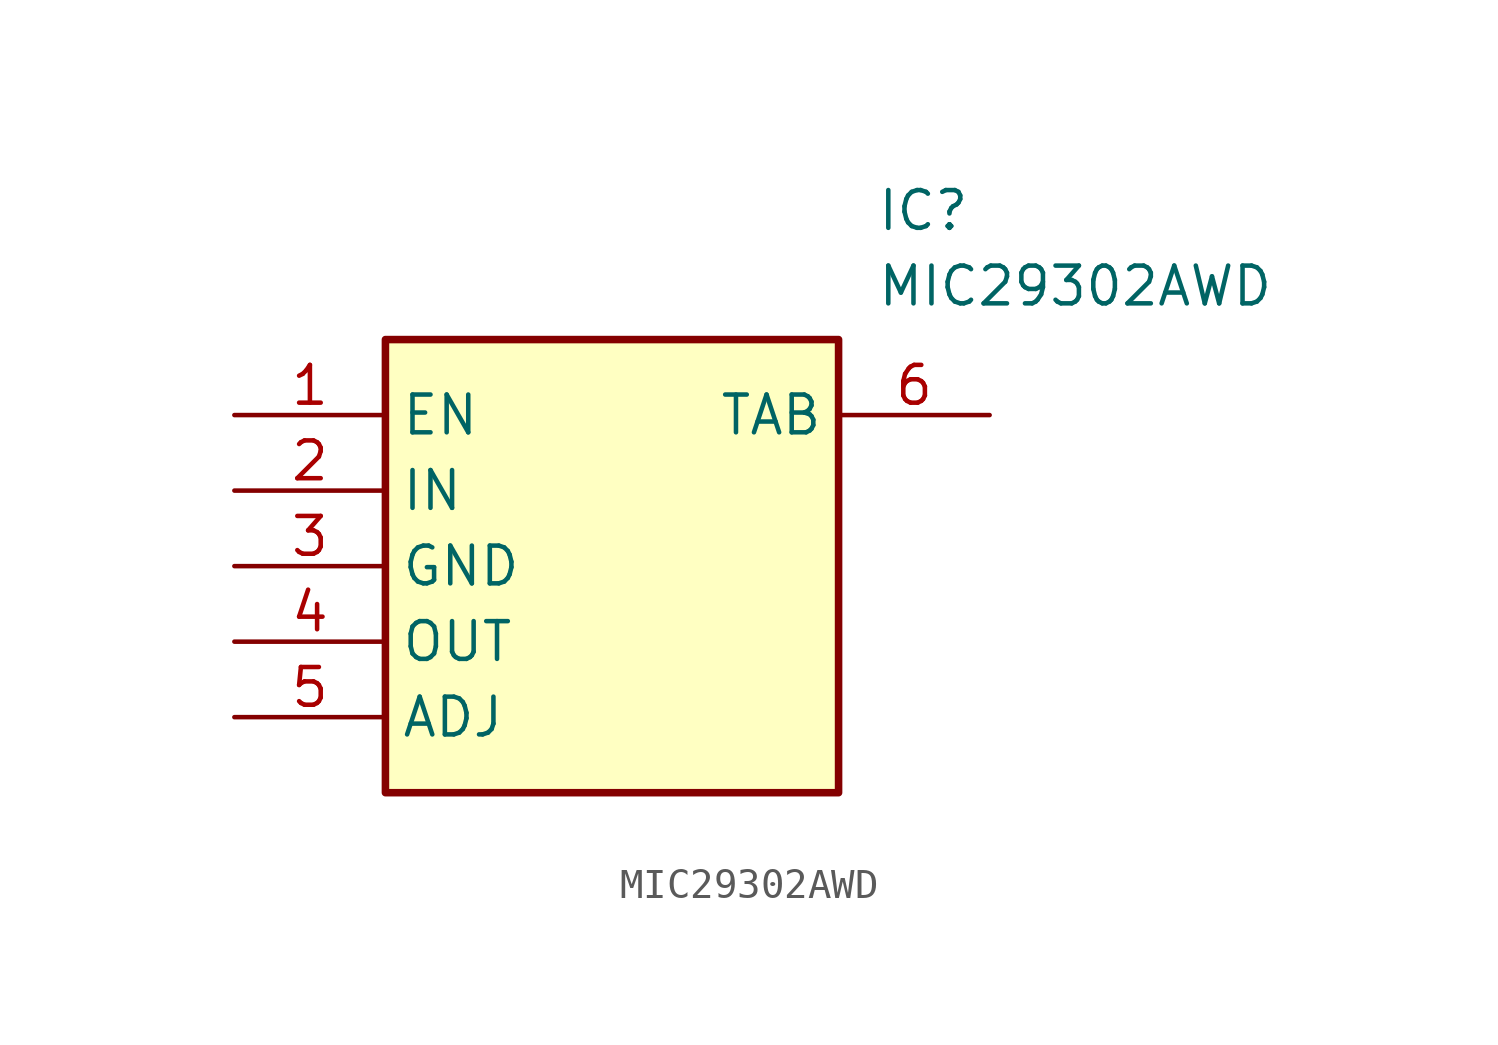
<source format=kicad_sym>
(kicad_symbol_lib
  (version 20211014)
  (generator SamacSys_ECAD_Model)
  (symbol "MIC29302AWD"
    (property "Reference" "IC"
      (at 21.59 7.62 0)
      (effects (font (size 1.27 1.27)) (justify left top)))
    (property "Value" "MIC29302AWD"
      (at 21.59 5.08 0)
      (effects (font (size 1.27 1.27)) (justify left top)))
    (rectangle
      (start 5.08 2.54)
      (end 20.32 -12.7)
      (stroke (width 0.254) (type default))
      (fill (type background)))
    (pin passive line
      (at 0 0 0)
      (length 5.08)
      (name "EN" (effects (font (size 1.27 1.27))))
      (number "1" (effects (font (size 1.27 1.27)))))
    (pin passive line
      (at 0 -2.54 0)
      (length 5.08)
      (name "IN" (effects (font (size 1.27 1.27))))
      (number "2" (effects (font (size 1.27 1.27)))))
    (pin passive line
      (at 0 -5.08 0)
      (length 5.08)
      (name "GND" (effects (font (size 1.27 1.27))))
      (number "3" (effects (font (size 1.27 1.27)))))
    (pin passive line
      (at 0 -7.62 0)
      (length 5.08)
      (name "OUT" (effects (font (size 1.27 1.27))))
      (number "4" (effects (font (size 1.27 1.27)))))
    (pin passive line
      (at 0 -10.16 0)
      (length 5.08)
      (name "ADJ" (effects (font (size 1.27 1.27))))
      (number "5" (effects (font (size 1.27 1.27)))))
    (pin passive line
      (at 25.4 0 180)
      (length 5.08)
      (name "TAB" (effects (font (size 1.27 1.27))))
      (number "6" (effects (font (size 1.27 1.27)))))))
</source>
